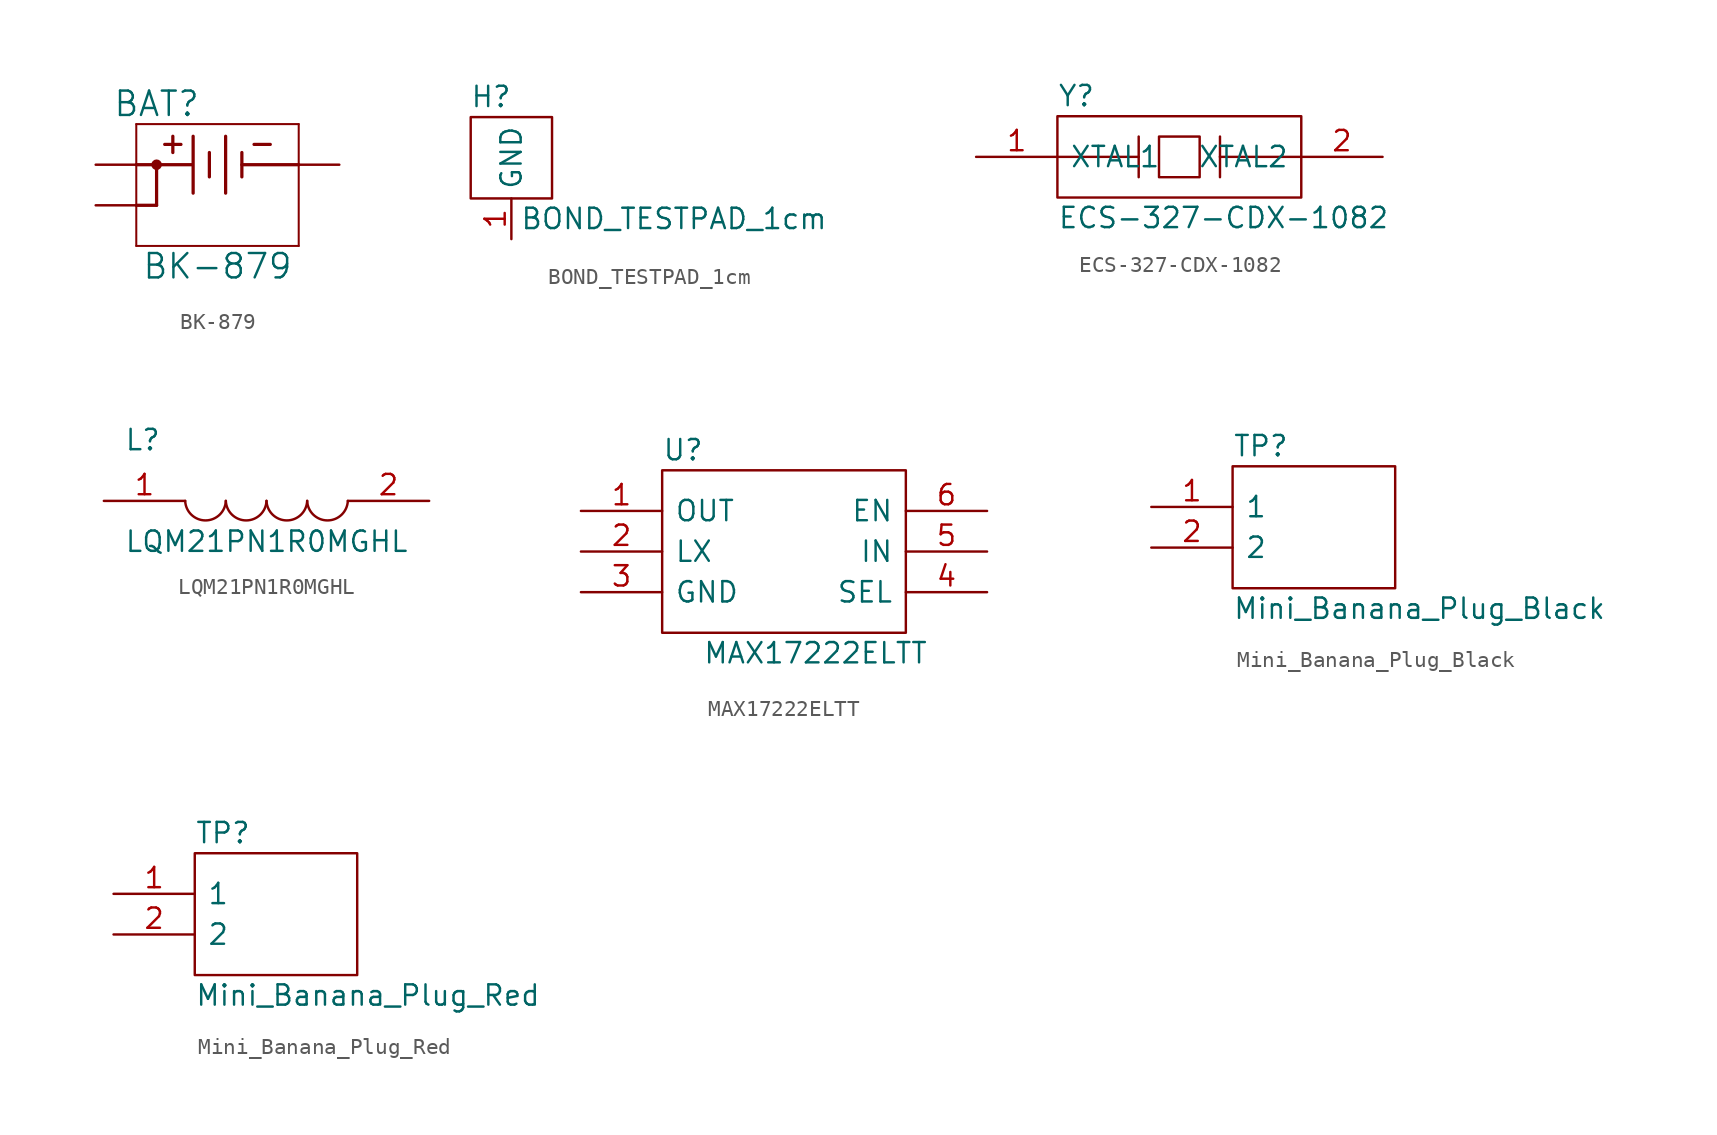
<source format=kicad_sym>
(kicad_symbol_lib
  (version 20211014)
  (generator kicad_symbol_editor)
  (symbol "BK-879"
    (pin_numbers hide)
    (pin_names
      (offset 1.651) hide)
    (property "Reference" "BAT"
      (at 3.81 3.81 0)
      (effects (font (size 1.524 1.524))))
    (property "Value" "BK-879"
      (at 7.62 -6.35 0)
      (effects (font (size 1.524 1.524))))
    (symbol "BK-879_1_1"
      (polyline (pts (xy 2.54 -5.08) (xy 12.7 -5.08)) (stroke (width 0.127) (type default) (color 0 0 0 0)) (fill (type none)))
      (polyline (pts (xy 2.54 -2.54) (xy 3.81 -2.54)) (stroke (width 0.203) (type default) (color 0 0 0 0)) (fill (type none)))
      (polyline (pts (xy 2.54 0) (xy 6.02 0)) (stroke (width 0.203) (type default) (color 0 0 0 0)) (fill (type none)))
      (polyline (pts (xy 2.54 2.54) (xy 2.54 -5.08)) (stroke (width 0.127) (type default) (color 0 0 0 0)) (fill (type none)))
      (polyline (pts (xy 3.81 0) (xy 3.81 -2.54)) (stroke (width 0.203) (type default) (color 0 0 0 0)) (fill (type none)))
      (polyline (pts (xy 4.318 1.27) (xy 5.334 1.27)) (stroke (width 0.203) (type default) (color 0 0 0 0)) (fill (type none)))
      (polyline (pts (xy 4.826 0.762) (xy 4.826 1.778)) (stroke (width 0.203) (type default) (color 0 0 0 0)) (fill (type none)))
      (polyline (pts (xy 6.096 -1.778) (xy 6.096 1.778)) (stroke (width 0.203) (type default) (color 0 0 0 0)) (fill (type none)))
      (polyline (pts (xy 7.112 0.762) (xy 7.112 -0.762)) (stroke (width 0.203) (type default) (color 0 0 0 0)) (fill (type none)))
      (polyline (pts (xy 8.128 -1.778) (xy 8.128 1.778)) (stroke (width 0.203) (type default) (color 0 0 0 0)) (fill (type none)))
      (polyline (pts (xy 9.144 0) (xy 12.7 0)) (stroke (width 0.203) (type default) (color 0 0 0 0)) (fill (type none)))
      (polyline (pts (xy 9.144 0.762) (xy 9.144 -0.762)) (stroke (width 0.203) (type default) (color 0 0 0 0)) (fill (type none)))
      (polyline (pts (xy 9.906 1.27) (xy 10.922 1.27)) (stroke (width 0.203) (type default) (color 0 0 0 0)) (fill (type none)))
      (polyline (pts (xy 12.7 -5.08) (xy 12.7 2.54)) (stroke (width 0.127) (type default) (color 0 0 0 0)) (fill (type none)))
      (polyline (pts (xy 12.7 2.54) (xy 2.54 2.54)) (stroke (width 0.127) (type default) (color 0 0 0 0)) (fill (type none)))
      (arc (start 3.81 -0.1778) (mid 3.81 0.1778) (end 3.81 -0.1778) (stroke (width 0.3048) (type default) (color 0 0 0 0)) (fill (type none)))
      (circle (center 3.81 0) (radius 0.178) (stroke (width 0.305) (type default) (color 0 0 0 0)) (fill (type none)))
      (pin output line (at 0 0 0) (length 2.54) (name "PLUS_A" (effects (font (size 1.499 1.499)))) (number "1" (effects (font (size 1.499 1.499)))))
      (pin passive line (at 0 -2.54 0) (length 2.54) (name "PLUS_B" (effects (font (size 1.499 1.499)))) (number "2" (effects (font (size 1.499 1.499)))))
      (pin power_out line (at 15.24 0 180) (length 2.54) (name "GND" (effects (font (size 1.499 1.499)))) (number "3" (effects (font (size 1.499 1.499)))))))
  (symbol "BOND_TESTPAD_1cm"
    (property "Reference" "H"
      (at -1.27 3.81 0)
      (effects (font (size 1.27 1.27))))
    (property "Value" "BOND_TESTPAD_1cm"
      (at 10.16 -3.81 0)
      (effects (font (size 1.27 1.27))))
    (symbol "BOND_TESTPAD_1cm_0_1"
      (rectangle (start 2.54 2.54) (end -2.54 -2.54) (stroke (width 0) (type default) (color 0 0 0 0)) (fill (type none))))
    (symbol "BOND_TESTPAD_1cm_1_1"
      (pin power_in line (at 0 -5.08 90) (length 2.54) (name "GND" (effects (font (size 1.27 1.27)))) (number "1" (effects (font (size 1.27 1.27)))))))
  (symbol "ECS-327-CDX-1082"
    (pin_names
      (offset 0.762))
    (property "Reference" "Y"
      (at 5.08 3.81 0)
      (effects (font (size 1.27 1.27)) (justify left)))
    (property "Value" "ECS-327-CDX-1082"
      (at 5.08 -3.81 0)
      (effects (font (size 1.27 1.27)) (justify left)))
    (symbol "ECS-327-CDX-1082_0_0"
      (pin bidirectional line (at 0 0 0) (length 5.08) (name "XTAL1" (effects (font (size 1.27 1.27)))) (number "1" (effects (font (size 1.27 1.27)))))
      (pin bidirectional line (at 25.4 0 180) (length 5.08) (name "XTAL2" (effects (font (size 1.27 1.27)))) (number "2" (effects (font (size 1.27 1.27))))))
    (symbol "ECS-327-CDX-1082_0_1"
      (polyline (pts (xy 10.16 0) (xy 10.16 -1.27)) (stroke (width 0) (type default) (color 0 0 0 0)) (fill (type none)))
      (polyline (pts (xy 15.24 0) (xy 15.24 -1.27)) (stroke (width 0) (type default) (color 0 0 0 0)) (fill (type none)))
      (polyline (pts (xy 15.24 0) (xy 15.24 1.27)) (stroke (width 0) (type default) (color 0 0 0 0)) (fill (type none)))
      (polyline (pts (xy 15.24 0) (xy 20.32 0)) (stroke (width 0) (type default) (color 0 0 0 0)) (fill (type none)))
      (polyline (pts (xy 5.08 0) (xy 10.16 0) (xy 10.16 1.27)) (stroke (width 0) (type default) (color 0 0 0 0)) (fill (type none)))
      (polyline (pts (xy 5.08 2.54) (xy 20.32 2.54) (xy 20.32 -2.54) (xy 5.08 -2.54) (xy 5.08 2.54)) (stroke (width 0.152) (type default) (color 0 0 0 0)) (fill (type none)))
      (polyline (pts (xy 11.43 1.27) (xy 13.97 1.27) (xy 13.97 -1.27) (xy 11.43 -1.27) (xy 11.43 1.27)) (stroke (width 0) (type default) (color 0 0 0 0)) (fill (type none)))))
  (symbol "LQM21PN1R0MGHL"
    (pin_names
      (offset 0.762))
    (property "Reference" "L"
      (at 1.27 3.81 0)
      (effects (font (size 1.27 1.27)) (justify left)))
    (property "Value" "LQM21PN1R0MGHL"
      (at 1.27 -2.54 0)
      (effects (font (size 1.27 1.27)) (justify left)))
    (symbol "LQM21PN1R0MGHL_0_0"
      (pin passive line (at 0 0 0) (length 5.08) (name "~" (effects (font (size 1.27 1.27)))) (number "1" (effects (font (size 1.27 1.27)))))
      (pin passive line (at 20.32 0 180) (length 5.08) (name "~" (effects (font (size 1.27 1.27)))) (number "2" (effects (font (size 1.27 1.27))))))
    (symbol "LQM21PN1R0MGHL_0_1"
      (arc (start 5.08 0) (mid 6.35 -1.3218) (end 7.62 0) (stroke (width 0.1524) (type default) (color 0 0 0 0)) (fill (type none)))
      (arc (start 7.62 0) (mid 8.89 -1.3218) (end 10.16 0) (stroke (width 0.1524) (type default) (color 0 0 0 0)) (fill (type none)))
      (arc (start 10.16 0) (mid 11.43 -1.3218) (end 12.7 0) (stroke (width 0.1524) (type default) (color 0 0 0 0)) (fill (type none)))
      (arc (start 12.7 0) (mid 13.97 -1.3218) (end 15.24 0) (stroke (width 0.1524) (type default) (color 0 0 0 0)) (fill (type none)))))
  (symbol "MAX17222ELTT"
    (pin_names
      (offset 0.762))
    (property "Reference" "U"
      (at 5.08 3.81 0)
      (effects (font (size 1.27 1.27)) (justify left)))
    (property "Value" "MAX17222ELTT"
      (at 7.62 -8.89 0)
      (effects (font (size 1.27 1.27)) (justify left)))
    (symbol "MAX17222ELTT_0_0"
      (pin power_out line (at 0 0 0) (length 5.08) (name "OUT" (effects (font (size 1.27 1.27)))) (number "1" (effects (font (size 1.27 1.27)))))
      (pin bidirectional line (at 0 -2.54 0) (length 5.08) (name "LX" (effects (font (size 1.27 1.27)))) (number "2" (effects (font (size 1.27 1.27)))))
      (pin power_in line (at 0 -5.08 0) (length 5.08) (name "GND" (effects (font (size 1.27 1.27)))) (number "3" (effects (font (size 1.27 1.27)))))
      (pin input line (at 25.4 -5.08 180) (length 5.08) (name "SEL" (effects (font (size 1.27 1.27)))) (number "4" (effects (font (size 1.27 1.27)))))
      (pin bidirectional line (at 25.4 -2.54 180) (length 5.08) (name "IN" (effects (font (size 1.27 1.27)))) (number "5" (effects (font (size 1.27 1.27)))))
      (pin input line (at 25.4 0 180) (length 5.08) (name "EN" (effects (font (size 1.27 1.27)))) (number "6" (effects (font (size 1.27 1.27))))))
    (symbol "MAX17222ELTT_0_1"
      (polyline (pts (xy 5.08 2.54) (xy 20.32 2.54) (xy 20.32 -7.62) (xy 5.08 -7.62) (xy 5.08 2.54)) (stroke (width 0.152) (type default) (color 0 0 0 0)) (fill (type none)))))
  (symbol "Mini_Banana_Plug_Black"
    (pin_names
      (offset 0.762))
    (property "Reference" "TP"
      (at 5.08 3.81 0)
      (effects (font (size 1.27 1.27)) (justify left)))
    (property "Value" "Mini_Banana_Plug_Black"
      (at 5.08 -6.35 0)
      (effects (font (size 1.27 1.27)) (justify left)))
    (symbol "Mini_Banana_Plug_Black_0_0"
      (pin passive line (at 0 0 0) (length 5.08) (name "1" (effects (font (size 1.27 1.27)))) (number "1" (effects (font (size 1.27 1.27)))))
      (pin passive line (at 0 -2.54 0) (length 5.08) (name "2" (effects (font (size 1.27 1.27)))) (number "2" (effects (font (size 1.27 1.27))))))
    (symbol "Mini_Banana_Plug_Black_0_1"
      (polyline (pts (xy 5.08 2.54) (xy 15.24 2.54) (xy 15.24 -5.08) (xy 5.08 -5.08) (xy 5.08 2.54)) (stroke (width 0.152) (type default) (color 0 0 0 0)) (fill (type none)))))
  (symbol "Mini_Banana_Plug_Red"
    (pin_names
      (offset 0.762))
    (property "Reference" "TP"
      (at 5.08 3.81 0)
      (effects (font (size 1.27 1.27)) (justify left)))
    (property "Value" "Mini_Banana_Plug_Red"
      (at 5.08 -6.35 0)
      (effects (font (size 1.27 1.27)) (justify left)))
    (symbol "Mini_Banana_Plug_Red_0_0"
      (pin passive line (at 0 0 0) (length 5.08) (name "1" (effects (font (size 1.27 1.27)))) (number "1" (effects (font (size 1.27 1.27)))))
      (pin passive line (at 0 -2.54 0) (length 5.08) (name "2" (effects (font (size 1.27 1.27)))) (number "2" (effects (font (size 1.27 1.27))))))
    (symbol "Mini_Banana_Plug_Red_0_1"
      (polyline (pts (xy 5.08 2.54) (xy 15.24 2.54) (xy 15.24 -5.08) (xy 5.08 -5.08) (xy 5.08 2.54)) (stroke (width 0.152) (type default) (color 0 0 0 0)) (fill (type none))))))
</source>
